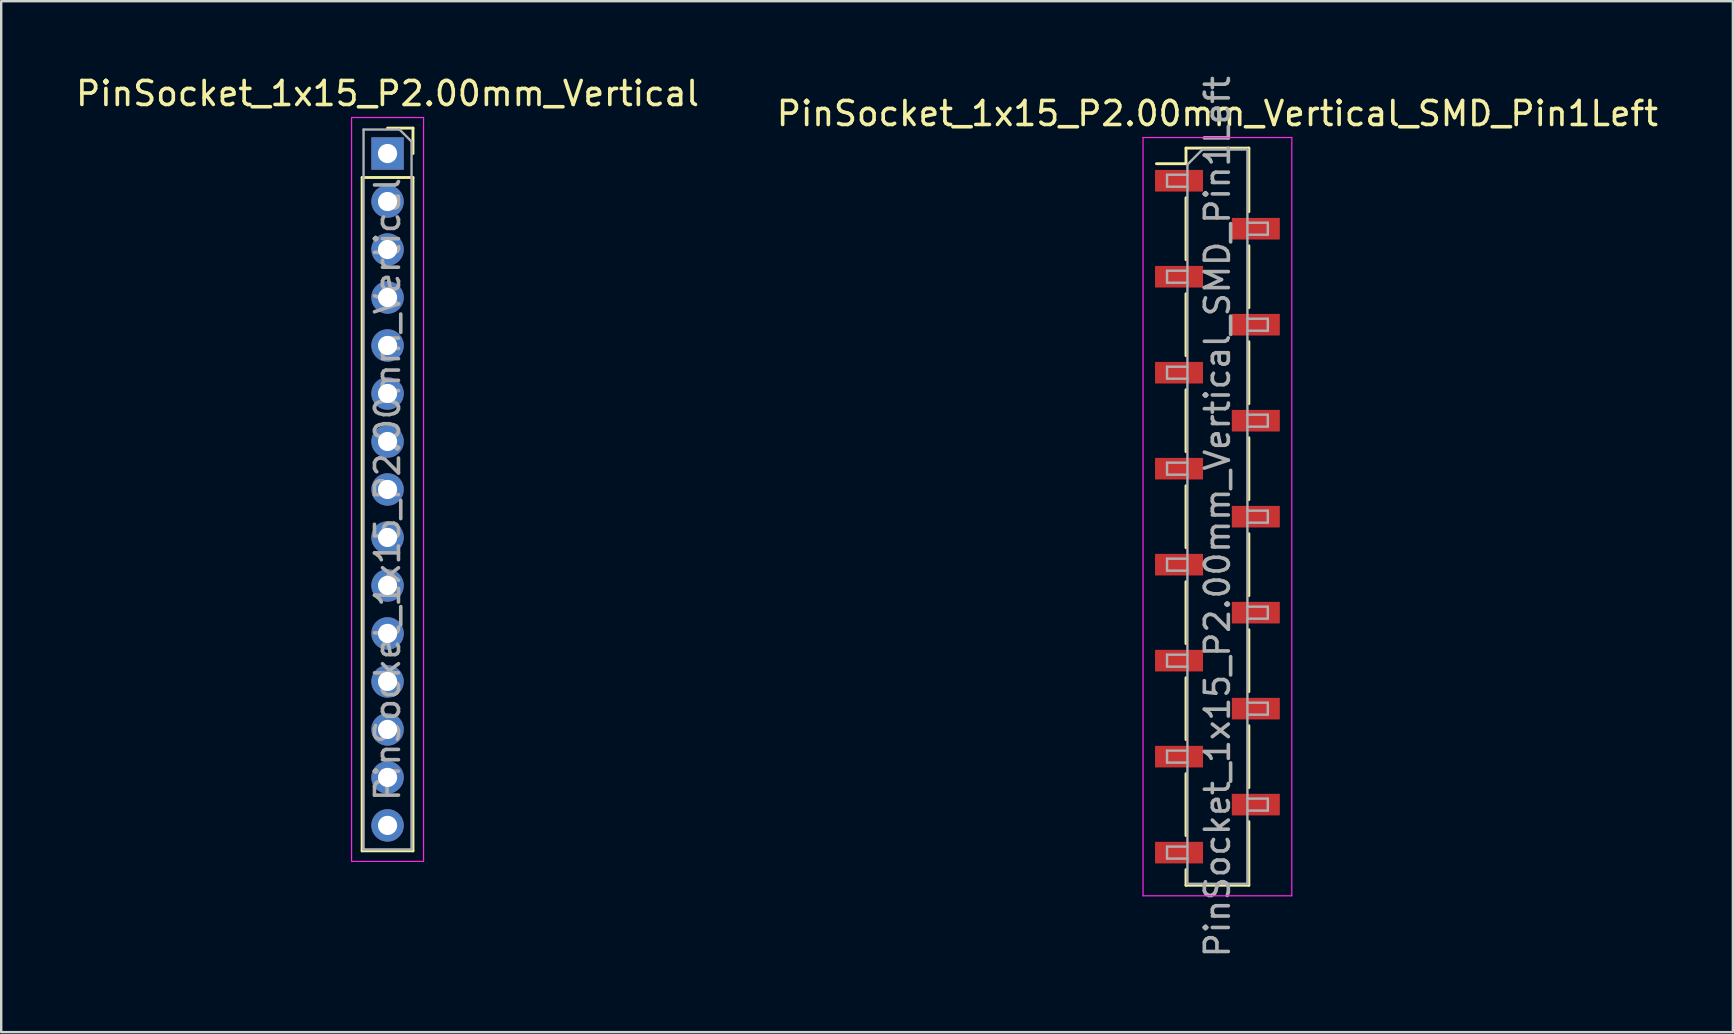
<source format=kicad_pcb>
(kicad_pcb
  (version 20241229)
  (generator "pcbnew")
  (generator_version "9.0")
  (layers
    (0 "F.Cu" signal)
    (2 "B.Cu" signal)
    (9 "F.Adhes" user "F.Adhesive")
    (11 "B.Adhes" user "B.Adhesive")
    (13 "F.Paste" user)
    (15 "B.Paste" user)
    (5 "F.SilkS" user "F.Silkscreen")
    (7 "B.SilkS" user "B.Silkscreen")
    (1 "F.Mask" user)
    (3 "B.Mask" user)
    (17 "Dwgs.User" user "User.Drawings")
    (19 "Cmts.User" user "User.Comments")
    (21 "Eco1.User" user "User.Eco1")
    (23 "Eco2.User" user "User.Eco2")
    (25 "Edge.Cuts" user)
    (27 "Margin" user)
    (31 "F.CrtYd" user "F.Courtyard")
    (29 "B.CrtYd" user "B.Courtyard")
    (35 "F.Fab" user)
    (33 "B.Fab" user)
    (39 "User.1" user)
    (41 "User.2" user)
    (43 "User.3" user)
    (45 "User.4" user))
  (footprint "PinSocket_1x15_P2.00mm_Vertical"
    (layer "F.Cu")
    (at 13.101 3.348)
    (property "Reference" "PinSocket_1x15_P2.00mm_Vertical" (at 0 -2.5 0) (layer "F.SilkS") (effects (font (size 1 1) (thickness 0.15))))
    (attr through_hole)
    (fp_line (start -1.06 1) (end -1.06 29.06) (stroke (width 0.12) (type solid)) (layer "F.SilkS"))
    (fp_line (start -1.06 1) (end 1.06 1) (stroke (width 0.12) (type solid)) (layer "F.SilkS"))
    (fp_line (start -1.06 29.06) (end 1.06 29.06) (stroke (width 0.12) (type solid)) (layer "F.SilkS"))
    (fp_line (start 0 -1.06) (end 1.06 -1.06) (stroke (width 0.12) (type solid)) (layer "F.SilkS"))
    (fp_line (start 1.06 -1.06) (end 1.06 0) (stroke (width 0.12) (type solid)) (layer "F.SilkS"))
    (fp_line (start 1.06 1) (end 1.06 29.06) (stroke (width 0.12) (type solid)) (layer "F.SilkS"))
    (fp_line (start -1.5 -1.5) (end 1.5 -1.5) (stroke (width 0.05) (type solid)) (layer "F.CrtYd"))
    (fp_line (start -1.5 29.5) (end -1.5 -1.5) (stroke (width 0.05) (type solid)) (layer "F.CrtYd"))
    (fp_line (start 1.5 -1.5) (end 1.5 29.5) (stroke (width 0.05) (type solid)) (layer "F.CrtYd"))
    (fp_line (start 1.5 29.5) (end -1.5 29.5) (stroke (width 0.05) (type solid)) (layer "F.CrtYd"))
    (fp_line (start -1 -1) (end 0.5 -1) (stroke (width 0.1) (type solid)) (layer "F.Fab"))
    (fp_line (start -1 29) (end -1 -1) (stroke (width 0.1) (type solid)) (layer "F.Fab"))
    (fp_line (start 0.5 -1) (end 1 -0.5) (stroke (width 0.1) (type solid)) (layer "F.Fab"))
    (fp_line (start 1 -0.5) (end 1 29) (stroke (width 0.1) (type solid)) (layer "F.Fab"))
    (fp_line (start 1 29) (end -1 29) (stroke (width 0.1) (type solid)) (layer "F.Fab"))
    (fp_text user "${REFERENCE}" (at 0 14 90) (layer "F.Fab") (effects (font (size 1 1) (thickness 0.15))))
    (pad "1" thru_hole rect (at 0 0) (size 1.35 1.35) (drill 0.8) (layers "*.Cu" "*.Mask"))
    (pad "2" thru_hole oval (at 0 2) (size 1.35 1.35) (drill 0.8) (layers "*.Cu" "*.Mask"))
    (pad "3" thru_hole oval (at 0 4) (size 1.35 1.35) (drill 0.8) (layers "*.Cu" "*.Mask"))
    (pad "4" thru_hole oval (at 0 6) (size 1.35 1.35) (drill 0.8) (layers "*.Cu" "*.Mask"))
    (pad "5" thru_hole oval (at 0 8) (size 1.35 1.35) (drill 0.8) (layers "*.Cu" "*.Mask"))
    (pad "6" thru_hole oval (at 0 10) (size 1.35 1.35) (drill 0.8) (layers "*.Cu" "*.Mask"))
    (pad "7" thru_hole oval (at 0 12) (size 1.35 1.35) (drill 0.8) (layers "*.Cu" "*.Mask"))
    (pad "8" thru_hole oval (at 0 14) (size 1.35 1.35) (drill 0.8) (layers "*.Cu" "*.Mask"))
    (pad "9" thru_hole oval (at 0 16) (size 1.35 1.35) (drill 0.8) (layers "*.Cu" "*.Mask"))
    (pad "10" thru_hole oval (at 0 18) (size 1.35 1.35) (drill 0.8) (layers "*.Cu" "*.Mask"))
    (pad "11" thru_hole oval (at 0 20) (size 1.35 1.35) (drill 0.8) (layers "*.Cu" "*.Mask"))
    (pad "12" thru_hole oval (at 0 22) (size 1.35 1.35) (drill 0.8) (layers "*.Cu" "*.Mask"))
    (pad "13" thru_hole oval (at 0 24) (size 1.35 1.35) (drill 0.8) (layers "*.Cu" "*.Mask"))
    (pad "14" thru_hole oval (at 0 26) (size 1.35 1.35) (drill 0.8) (layers "*.Cu" "*.Mask"))
    (pad "15" thru_hole oval (at 0 28) (size 1.35 1.35) (drill 0.8) (layers "*.Cu" "*.Mask")))
  (footprint "PinSocket_1x15_P2.00mm_Vertical_SMD_Pin1Left"
    (layer "F.Cu")
    (at 47.685 18.482)
    (property "Reference" "PinSocket_1x15_P2.00mm_Vertical_SMD_Pin1Left" (at 0 -16.8 0) (layer "F.SilkS") (effects (font (size 1 1) (thickness 0.15))))
    (attr smd)
    (fp_line (start -2.54 -14.71) (end -1.31 -14.71) (stroke (width 0.12) (type solid)) (layer "F.SilkS"))
    (fp_line (start -1.31 -15.36) (end -1.31 -14.71) (stroke (width 0.12) (type solid)) (layer "F.SilkS"))
    (fp_line (start -1.31 -15.36) (end 1.31 -15.36) (stroke (width 0.12) (type solid)) (layer "F.SilkS"))
    (fp_line (start -1.31 -13.29) (end -1.31 -10.71) (stroke (width 0.12) (type solid)) (layer "F.SilkS"))
    (fp_line (start -1.31 -9.29) (end -1.31 -6.71) (stroke (width 0.12) (type solid)) (layer "F.SilkS"))
    (fp_line (start -1.31 -5.29) (end -1.31 -2.71) (stroke (width 0.12) (type solid)) (layer "F.SilkS"))
    (fp_line (start -1.31 -1.29) (end -1.31 1.29) (stroke (width 0.12) (type solid)) (layer "F.SilkS"))
    (fp_line (start -1.31 2.71) (end -1.31 5.29) (stroke (width 0.12) (type solid)) (layer "F.SilkS"))
    (fp_line (start -1.31 6.71) (end -1.31 9.29) (stroke (width 0.12) (type solid)) (layer "F.SilkS"))
    (fp_line (start -1.31 10.71) (end -1.31 13.29) (stroke (width 0.12) (type solid)) (layer "F.SilkS"))
    (fp_line (start -1.31 14.71) (end -1.31 15.36) (stroke (width 0.12) (type solid)) (layer "F.SilkS"))
    (fp_line (start -1.31 15.36) (end 1.31 15.36) (stroke (width 0.12) (type solid)) (layer "F.SilkS"))
    (fp_line (start 1.31 -15.36) (end 1.31 -12.71) (stroke (width 0.12) (type solid)) (layer "F.SilkS"))
    (fp_line (start 1.31 -11.29) (end 1.31 -8.71) (stroke (width 0.12) (type solid)) (layer "F.SilkS"))
    (fp_line (start 1.31 -7.29) (end 1.31 -4.71) (stroke (width 0.12) (type solid)) (layer "F.SilkS"))
    (fp_line (start 1.31 -3.29) (end 1.31 -0.71) (stroke (width 0.12) (type solid)) (layer "F.SilkS"))
    (fp_line (start 1.31 0.71) (end 1.31 3.29) (stroke (width 0.12) (type solid)) (layer "F.SilkS"))
    (fp_line (start 1.31 4.71) (end 1.31 7.29) (stroke (width 0.12) (type solid)) (layer "F.SilkS"))
    (fp_line (start 1.31 8.71) (end 1.31 11.29) (stroke (width 0.12) (type solid)) (layer "F.SilkS"))
    (fp_line (start 1.31 12.71) (end 1.31 15.36) (stroke (width 0.12) (type solid)) (layer "F.SilkS"))
    (fp_line (start -3.1 -15.8) (end 3.1 -15.8) (stroke (width 0.05) (type solid)) (layer "F.CrtYd"))
    (fp_line (start -3.1 15.8) (end -3.1 -15.8) (stroke (width 0.05) (type solid)) (layer "F.CrtYd"))
    (fp_line (start 3.1 -15.8) (end 3.1 15.8) (stroke (width 0.05) (type solid)) (layer "F.CrtYd"))
    (fp_line (start 3.1 15.8) (end -3.1 15.8) (stroke (width 0.05) (type solid)) (layer "F.CrtYd"))
    (fp_line (start -2.1 -14.25) (end -1.25 -14.25) (stroke (width 0.1) (type solid)) (layer "F.Fab"))
    (fp_line (start -2.1 -13.75) (end -2.1 -14.25) (stroke (width 0.1) (type solid)) (layer "F.Fab"))
    (fp_line (start -2.1 -10.25) (end -1.25 -10.25) (stroke (width 0.1) (type solid)) (layer "F.Fab"))
    (fp_line (start -2.1 -9.75) (end -2.1 -10.25) (stroke (width 0.1) (type solid)) (layer "F.Fab"))
    (fp_line (start -2.1 -6.25) (end -1.25 -6.25) (stroke (width 0.1) (type solid)) (layer "F.Fab"))
    (fp_line (start -2.1 -5.75) (end -2.1 -6.25) (stroke (width 0.1) (type solid)) (layer "F.Fab"))
    (fp_line (start -2.1 -2.25) (end -1.25 -2.25) (stroke (width 0.1) (type solid)) (layer "F.Fab"))
    (fp_line (start -2.1 -1.75) (end -2.1 -2.25) (stroke (width 0.1) (type solid)) (layer "F.Fab"))
    (fp_line (start -2.1 1.75) (end -1.25 1.75) (stroke (width 0.1) (type solid)) (layer "F.Fab"))
    (fp_line (start -2.1 2.25) (end -2.1 1.75) (stroke (width 0.1) (type solid)) (layer "F.Fab"))
    (fp_line (start -2.1 5.75) (end -1.25 5.75) (stroke (width 0.1) (type solid)) (layer "F.Fab"))
    (fp_line (start -2.1 6.25) (end -2.1 5.75) (stroke (width 0.1) (type solid)) (layer "F.Fab"))
    (fp_line (start -2.1 9.75) (end -1.25 9.75) (stroke (width 0.1) (type solid)) (layer "F.Fab"))
    (fp_line (start -2.1 10.25) (end -2.1 9.75) (stroke (width 0.1) (type solid)) (layer "F.Fab"))
    (fp_line (start -2.1 13.75) (end -1.25 13.75) (stroke (width 0.1) (type solid)) (layer "F.Fab"))
    (fp_line (start -2.1 14.25) (end -2.1 13.75) (stroke (width 0.1) (type solid)) (layer "F.Fab"))
    (fp_line (start -1.25 -14.675) (end -0.625 -15.3) (stroke (width 0.1) (type solid)) (layer "F.Fab"))
    (fp_line (start -1.25 -13.75) (end -2.1 -13.75) (stroke (width 0.1) (type solid)) (layer "F.Fab"))
    (fp_line (start -1.25 -9.75) (end -2.1 -9.75) (stroke (width 0.1) (type solid)) (layer "F.Fab"))
    (fp_line (start -1.25 -5.75) (end -2.1 -5.75) (stroke (width 0.1) (type solid)) (layer "F.Fab"))
    (fp_line (start -1.25 -1.75) (end -2.1 -1.75) (stroke (width 0.1) (type solid)) (layer "F.Fab"))
    (fp_line (start -1.25 2.25) (end -2.1 2.25) (stroke (width 0.1) (type solid)) (layer "F.Fab"))
    (fp_line (start -1.25 6.25) (end -2.1 6.25) (stroke (width 0.1) (type solid)) (layer "F.Fab"))
    (fp_line (start -1.25 10.25) (end -2.1 10.25) (stroke (width 0.1) (type solid)) (layer "F.Fab"))
    (fp_line (start -1.25 14.25) (end -2.1 14.25) (stroke (width 0.1) (type solid)) (layer "F.Fab"))
    (fp_line (start -1.25 15.3) (end -1.25 -14.675) (stroke (width 0.1) (type solid)) (layer "F.Fab"))
    (fp_line (start -0.625 -15.3) (end 1.25 -15.3) (stroke (width 0.1) (type solid)) (layer "F.Fab"))
    (fp_line (start 1.25 -15.3) (end 1.25 15.3) (stroke (width 0.1) (type solid)) (layer "F.Fab"))
    (fp_line (start 1.25 -12.25) (end 2.1 -12.25) (stroke (width 0.1) (type solid)) (layer "F.Fab"))
    (fp_line (start 1.25 -8.25) (end 2.1 -8.25) (stroke (width 0.1) (type solid)) (layer "F.Fab"))
    (fp_line (start 1.25 -4.25) (end 2.1 -4.25) (stroke (width 0.1) (type solid)) (layer "F.Fab"))
    (fp_line (start 1.25 -0.25) (end 2.1 -0.25) (stroke (width 0.1) (type solid)) (layer "F.Fab"))
    (fp_line (start 1.25 3.75) (end 2.1 3.75) (stroke (width 0.1) (type solid)) (layer "F.Fab"))
    (fp_line (start 1.25 7.75) (end 2.1 7.75) (stroke (width 0.1) (type solid)) (layer "F.Fab"))
    (fp_line (start 1.25 11.75) (end 2.1 11.75) (stroke (width 0.1) (type solid)) (layer "F.Fab"))
    (fp_line (start 1.25 15.3) (end -1.25 15.3) (stroke (width 0.1) (type solid)) (layer "F.Fab"))
    (fp_line (start 2.1 -12.25) (end 2.1 -11.75) (stroke (width 0.1) (type solid)) (layer "F.Fab"))
    (fp_line (start 2.1 -11.75) (end 1.25 -11.75) (stroke (width 0.1) (type solid)) (layer "F.Fab"))
    (fp_line (start 2.1 -8.25) (end 2.1 -7.75) (stroke (width 0.1) (type solid)) (layer "F.Fab"))
    (fp_line (start 2.1 -7.75) (end 1.25 -7.75) (stroke (width 0.1) (type solid)) (layer "F.Fab"))
    (fp_line (start 2.1 -4.25) (end 2.1 -3.75) (stroke (width 0.1) (type solid)) (layer "F.Fab"))
    (fp_line (start 2.1 -3.75) (end 1.25 -3.75) (stroke (width 0.1) (type solid)) (layer "F.Fab"))
    (fp_line (start 2.1 -0.25) (end 2.1 0.25) (stroke (width 0.1) (type solid)) (layer "F.Fab"))
    (fp_line (start 2.1 0.25) (end 1.25 0.25) (stroke (width 0.1) (type solid)) (layer "F.Fab"))
    (fp_line (start 2.1 3.75) (end 2.1 4.25) (stroke (width 0.1) (type solid)) (layer "F.Fab"))
    (fp_line (start 2.1 4.25) (end 1.25 4.25) (stroke (width 0.1) (type solid)) (layer "F.Fab"))
    (fp_line (start 2.1 7.75) (end 2.1 8.25) (stroke (width 0.1) (type solid)) (layer "F.Fab"))
    (fp_line (start 2.1 8.25) (end 1.25 8.25) (stroke (width 0.1) (type solid)) (layer "F.Fab"))
    (fp_line (start 2.1 11.75) (end 2.1 12.25) (stroke (width 0.1) (type solid)) (layer "F.Fab"))
    (fp_line (start 2.1 12.25) (end 1.25 12.25) (stroke (width 0.1) (type solid)) (layer "F.Fab"))
    (fp_text user "${REFERENCE}" (at 0 0 90) (layer "F.Fab") (effects (font (size 1 1) (thickness 0.15))))
    (pad "1" smd rect (at -1.6 -14) (size 2 0.9) (layers "F.Cu" "F.Mask" "F.Paste"))
    (pad "2" smd rect (at 1.6 -12) (size 2 0.9) (layers "F.Cu" "F.Mask" "F.Paste"))
    (pad "3" smd rect (at -1.6 -10) (size 2 0.9) (layers "F.Cu" "F.Mask" "F.Paste"))
    (pad "4" smd rect (at 1.6 -8) (size 2 0.9) (layers "F.Cu" "F.Mask" "F.Paste"))
    (pad "5" smd rect (at -1.6 -6) (size 2 0.9) (layers "F.Cu" "F.Mask" "F.Paste"))
    (pad "6" smd rect (at 1.6 -4) (size 2 0.9) (layers "F.Cu" "F.Mask" "F.Paste"))
    (pad "7" smd rect (at -1.6 -2) (size 2 0.9) (layers "F.Cu" "F.Mask" "F.Paste"))
    (pad "8" smd rect (at 1.6 0) (size 2 0.9) (layers "F.Cu" "F.Mask" "F.Paste"))
    (pad "9" smd rect (at -1.6 2) (size 2 0.9) (layers "F.Cu" "F.Mask" "F.Paste"))
    (pad "10" smd rect (at 1.6 4) (size 2 0.9) (layers "F.Cu" "F.Mask" "F.Paste"))
    (pad "11" smd rect (at -1.6 6) (size 2 0.9) (layers "F.Cu" "F.Mask" "F.Paste"))
    (pad "12" smd rect (at 1.6 8) (size 2 0.9) (layers "F.Cu" "F.Mask" "F.Paste"))
    (pad "13" smd rect (at -1.6 10) (size 2 0.9) (layers "F.Cu" "F.Mask" "F.Paste"))
    (pad "14" smd rect (at 1.6 12) (size 2 0.9) (layers "F.Cu" "F.Mask" "F.Paste"))
    (pad "15" smd rect (at -1.6 14) (size 2 0.9) (layers "F.Cu" "F.Mask" "F.Paste")))
  (gr_rect
    (start -3 -3)
    (end 69.167 39.964)
    (stroke (width 0.1) (type default))
    (fill no)
    (layer "Edge.Cuts")))
</source>
